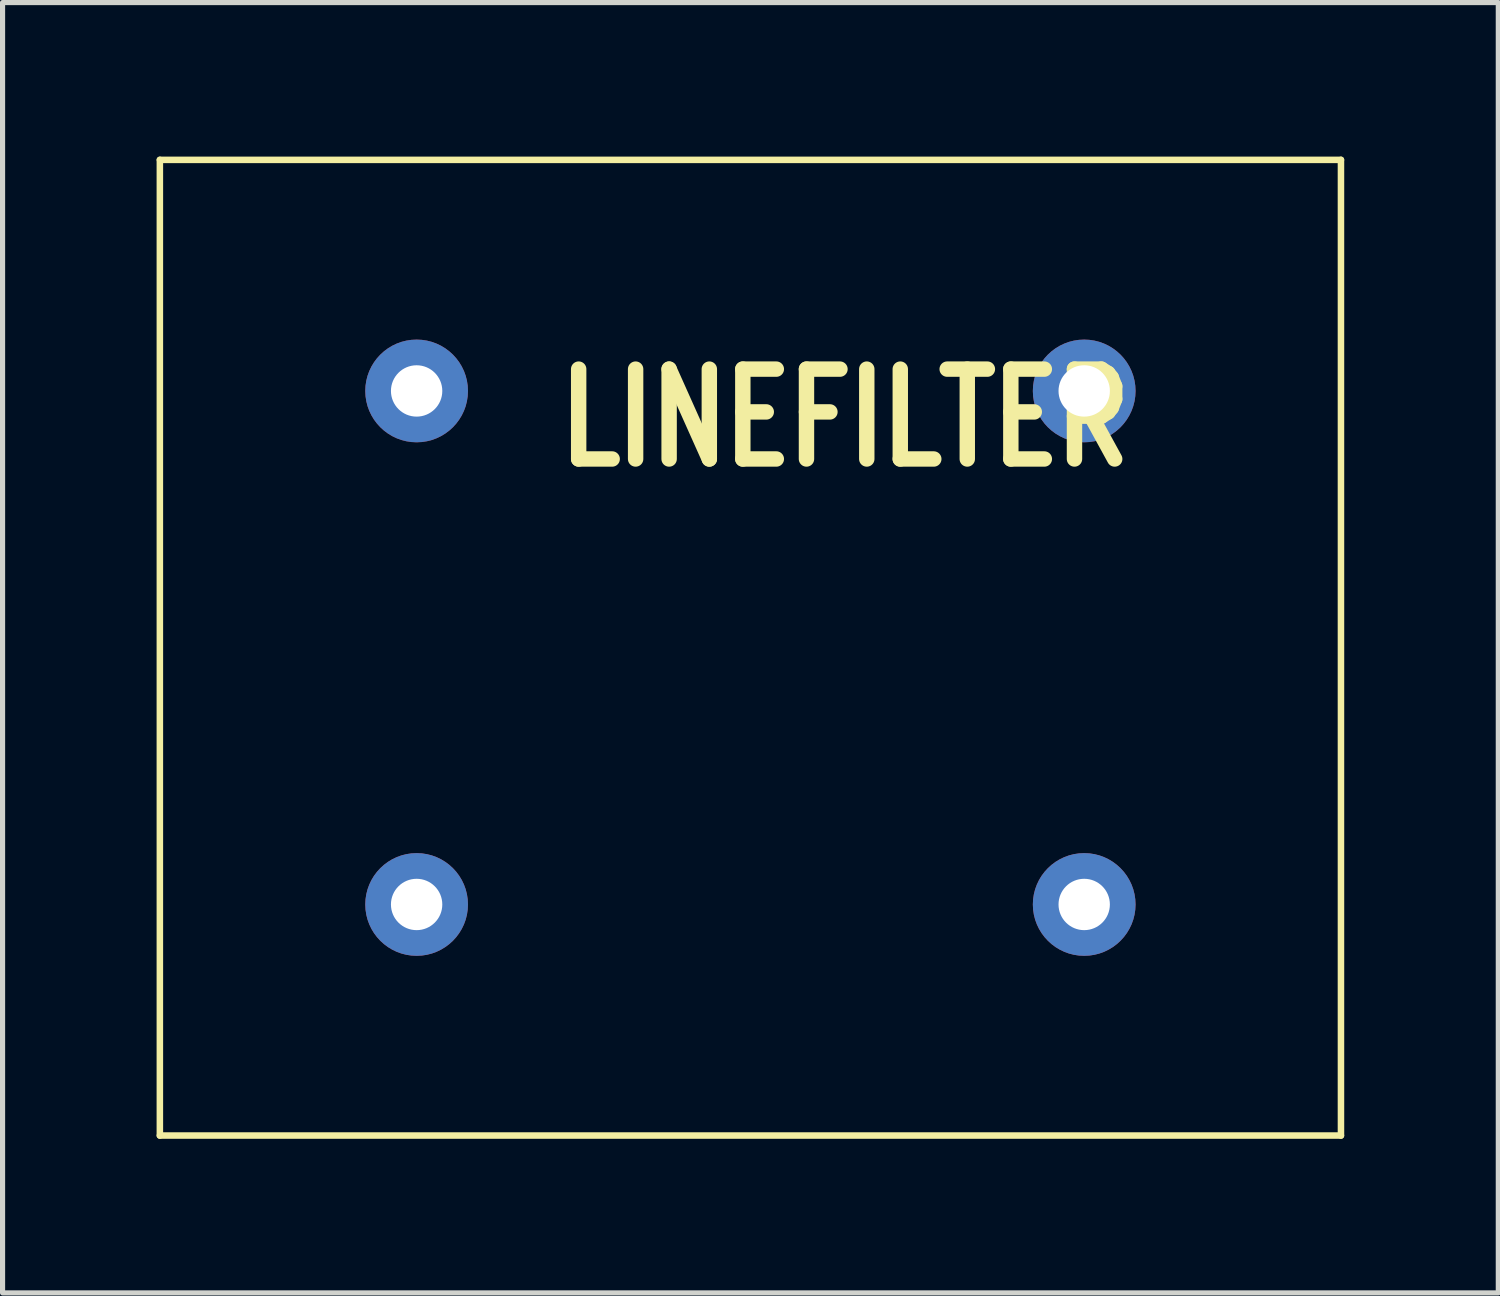
<source format=kicad_pcb>
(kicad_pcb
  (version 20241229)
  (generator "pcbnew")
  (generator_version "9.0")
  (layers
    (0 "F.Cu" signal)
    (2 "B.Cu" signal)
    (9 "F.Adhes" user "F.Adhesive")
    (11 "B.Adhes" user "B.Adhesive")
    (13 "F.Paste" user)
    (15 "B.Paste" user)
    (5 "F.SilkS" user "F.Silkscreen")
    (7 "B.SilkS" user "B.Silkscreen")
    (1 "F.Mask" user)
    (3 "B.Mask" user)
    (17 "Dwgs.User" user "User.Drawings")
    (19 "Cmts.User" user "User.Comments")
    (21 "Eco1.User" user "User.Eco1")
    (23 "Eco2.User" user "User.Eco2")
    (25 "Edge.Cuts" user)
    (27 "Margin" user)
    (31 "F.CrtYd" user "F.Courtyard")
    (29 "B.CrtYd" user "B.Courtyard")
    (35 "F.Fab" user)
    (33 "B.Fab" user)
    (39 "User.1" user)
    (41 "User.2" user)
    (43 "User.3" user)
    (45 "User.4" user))
  (footprint "LINEFILTER"
    (layer "F.Cu")
    (at 11.563 9.563)
    (property "Reference" "LINEFILTER" (at 1.842 -4.469 0) (layer "F.SilkS") (effects (font (size 1.75 1.37) (thickness 0.3))))
    (attr through_hole)
    (fp_line (start -11.5 -9.5) (end 11.5 -9.5) (stroke (width 0.127) (type solid)) (layer "F.SilkS"))
    (fp_line (start -11.5 9.5) (end -11.5 -9.5) (stroke (width 0.127) (type solid)) (layer "F.SilkS"))
    (fp_line (start 11.5 -9.5) (end 11.5 9.5) (stroke (width 0.127) (type solid)) (layer "F.SilkS"))
    (fp_line (start 11.5 9.5) (end -11.5 9.5) (stroke (width 0.127) (type solid)) (layer "F.SilkS"))
    (pad "1" thru_hole circle (at -6.5 5) (size 2 2) (drill 1) (layers "*.Cu" "*.Mask"))
    (pad "2" thru_hole circle (at 6.5 5) (size 2 2) (drill 1) (layers "*.Cu" "*.Mask"))
    (pad "3" thru_hole circle (at 6.5 -5) (size 2 2) (drill 1) (layers "*.Cu" "*.Mask"))
    (pad "4" thru_hole circle (at -6.5 -5) (size 2 2) (drill 1) (layers "*.Cu" "*.Mask")))
  (gr_rect
    (start -3 -3)
    (end 26.127 22.127)
    (stroke (width 0.1) (type default))
    (fill no)
    (layer "Edge.Cuts")))
</source>
